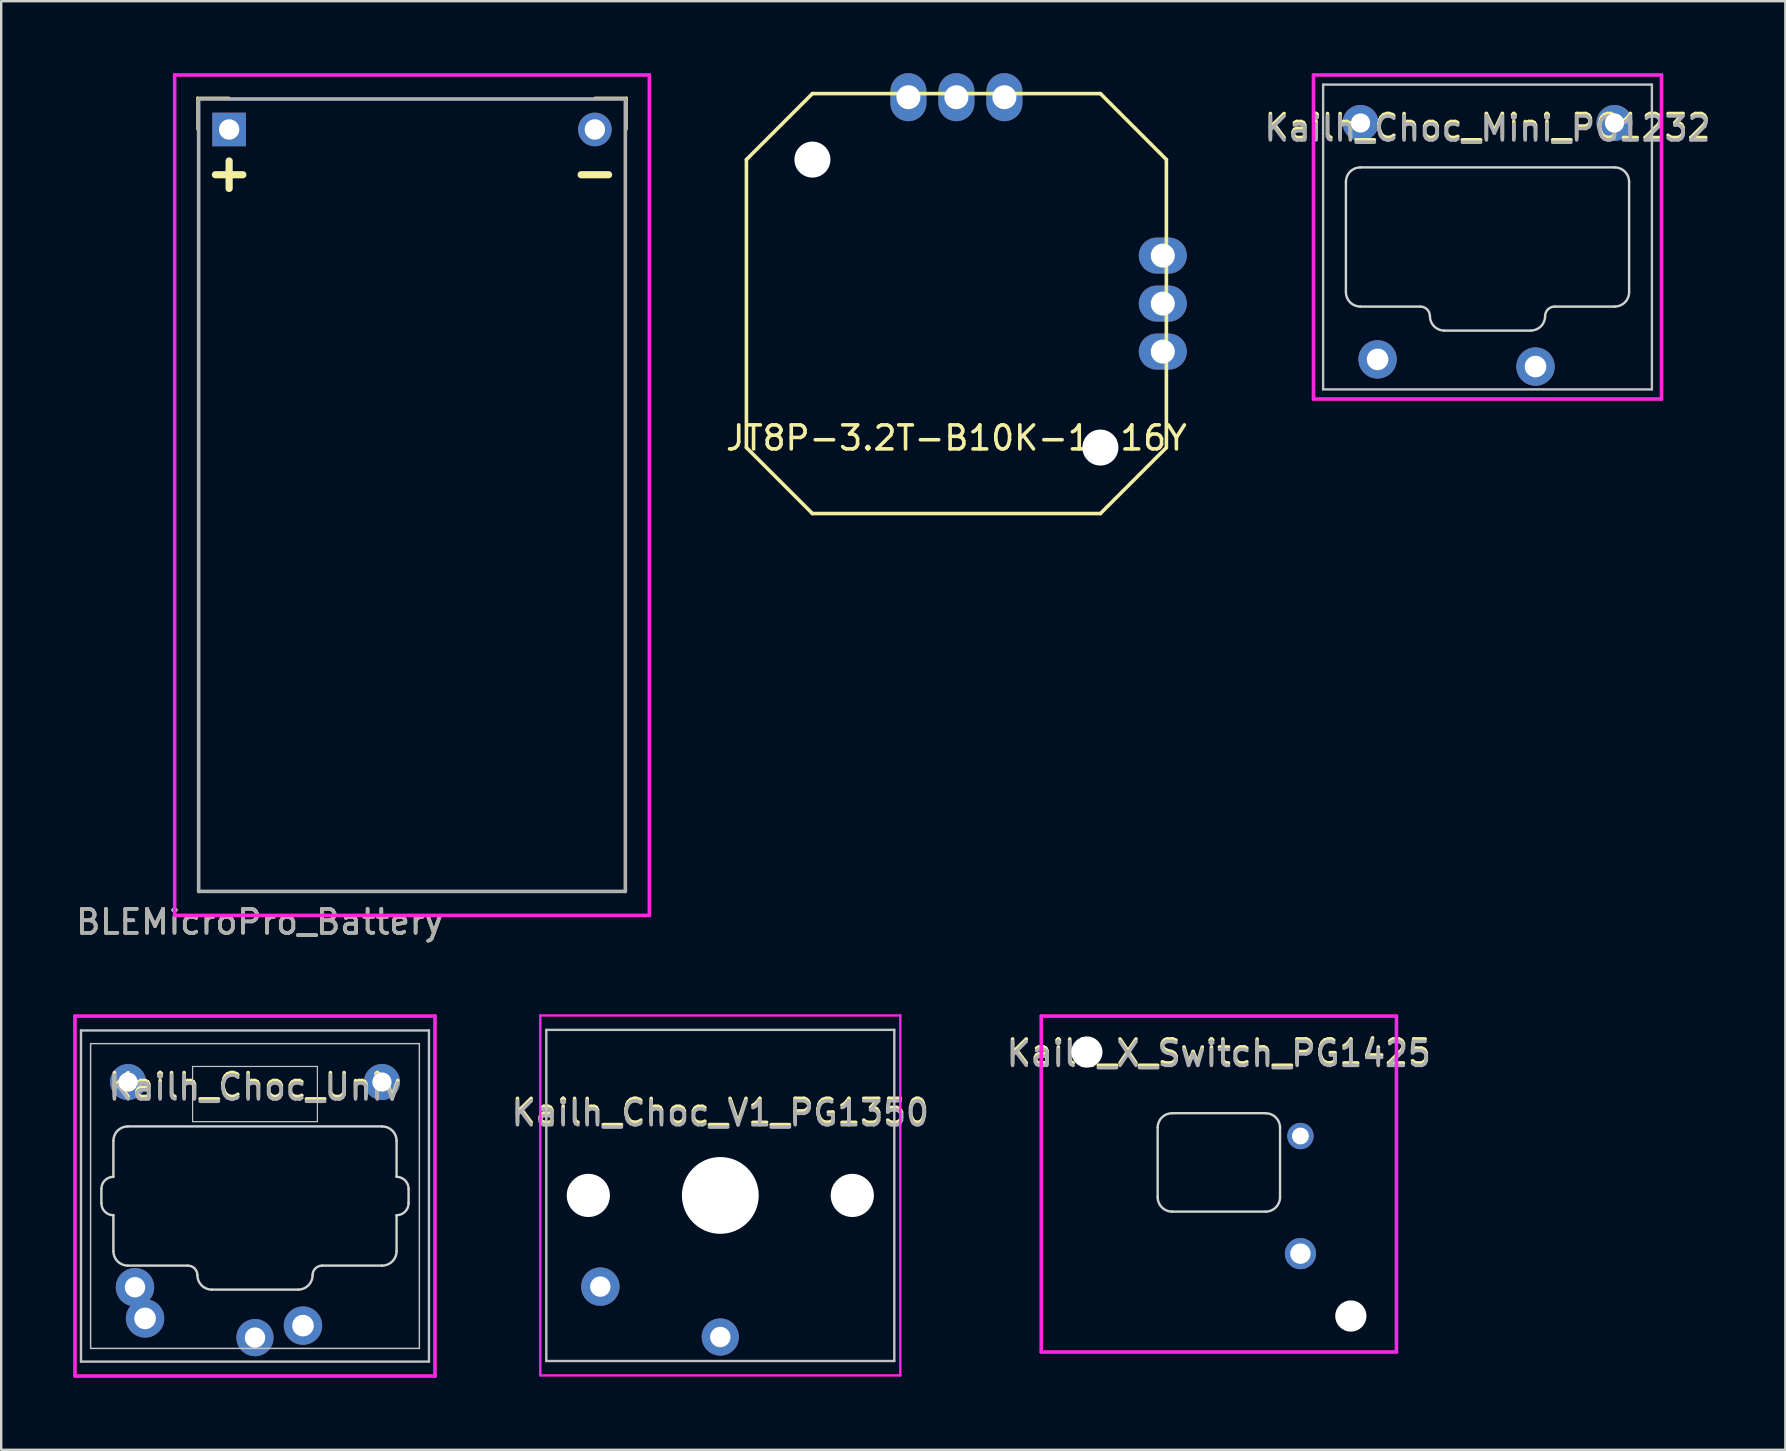
<source format=kicad_pcb>
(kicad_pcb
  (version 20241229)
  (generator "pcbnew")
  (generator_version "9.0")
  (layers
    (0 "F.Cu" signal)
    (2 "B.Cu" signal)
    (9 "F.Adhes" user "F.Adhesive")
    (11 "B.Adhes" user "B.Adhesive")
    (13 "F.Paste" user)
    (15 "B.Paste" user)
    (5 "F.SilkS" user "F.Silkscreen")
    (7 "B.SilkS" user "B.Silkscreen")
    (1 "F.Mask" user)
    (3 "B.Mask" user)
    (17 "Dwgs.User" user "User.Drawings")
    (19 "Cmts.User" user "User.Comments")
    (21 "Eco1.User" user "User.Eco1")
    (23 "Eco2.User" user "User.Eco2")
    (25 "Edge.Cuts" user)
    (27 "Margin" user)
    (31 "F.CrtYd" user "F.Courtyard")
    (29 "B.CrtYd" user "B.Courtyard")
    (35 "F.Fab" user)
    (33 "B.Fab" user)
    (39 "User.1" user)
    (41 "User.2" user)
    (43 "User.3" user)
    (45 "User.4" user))
  (footprint "Kailh_Choc_V1_PG1350"
    (layer "F.Cu")
    (at 26.965 46.763)
    (property "Reference" "Kailh_Choc_V1_PG1350" (at 0 -3.5 0) (layer "F.SilkS") (effects (font (size 1 1) (thickness 0.15))))
    (attr through_hole)
    (fp_line (start -7.25 -6.9) (end -7.25 6.9) (stroke (width 0.1) (type solid)) (layer "Dwgs.User"))
    (fp_line (start -7.25 6.9) (end 7.25 6.9) (stroke (width 0.1) (type solid)) (layer "Dwgs.User"))
    (fp_line (start 7.25 -6.9) (end -7.25 -6.9) (stroke (width 0.1) (type solid)) (layer "Dwgs.User"))
    (fp_line (start 7.25 6.9) (end 7.25 -6.9) (stroke (width 0.1) (type solid)) (layer "Dwgs.User"))
    (fp_line (start -7.5 -7.5) (end -7.5 7.5) (stroke (width 0.1) (type solid)) (layer "F.CrtYd"))
    (fp_line (start -7.5 7.5) (end 7.5 7.5) (stroke (width 0.1) (type solid)) (layer "F.CrtYd"))
    (fp_line (start 7.5 -7.5) (end -7.5 -7.5) (stroke (width 0.1) (type solid)) (layer "F.CrtYd"))
    (fp_line (start 7.5 7.5) (end 7.5 -7.5) (stroke (width 0.1) (type solid)) (layer "F.CrtYd"))
    (fp_text user "${REFERENCE}" (at 0 -3.4 0) (layer "F.Fab") (effects (font (size 1 1) (thickness 0.15))))
    (pad "" np_thru_hole circle (at -5.5 0) (size 1.8 1.8) (drill 1.8) (layers "*.Cu" "*.Mask"))
    (pad "" np_thru_hole circle (at 0 0) (size 3.2 3.2) (drill 3.2) (layers "*.Cu" "*.Mask"))
    (pad "" np_thru_hole circle (at 5.5 0) (size 1.8 1.8) (drill 1.8) (layers "*.Cu" "*.Mask"))
    (pad "1" thru_hole circle (at 0 5.9) (size 1.55 1.55) (drill 0.85) (layers "*.Cu" "*.Mask"))
    (pad "2" thru_hole circle (at -5 3.8) (size 1.6 1.6) (drill 0.85) (layers "*.Cu" "*.Mask")))
  (footprint "Kailh_Choc_Univ"
    (layer "F.Cu")
    (at 7.575 46.788)
    (property "Reference" "Kailh_Choc_Univ" (at 0 -4.6 0) (layer "F.SilkS") (effects (font (size 1 1) (thickness 0.15))))
    (attr through_hole)
    (fp_line (start -7.25 -6.9) (end -7.25 6.9) (stroke (width 0.1) (type solid)) (layer "Dwgs.User"))
    (fp_line (start -7.25 6.9) (end 7.25 6.9) (stroke (width 0.1) (type solid)) (layer "Dwgs.User"))
    (fp_line (start -6.85 -6.35) (end -6.85 6.35) (stroke (width 0.06) (type solid)) (layer "Dwgs.User"))
    (fp_line (start -6.85 6.35) (end 6.85 6.35) (stroke (width 0.06) (type solid)) (layer "Dwgs.User"))
    (fp_line (start -2.6 -5.4) (end -2.6 -3.1) (stroke (width 0.05) (type solid)) (layer "Dwgs.User"))
    (fp_line (start -2.6 -3.1) (end 2.6 -3.1) (stroke (width 0.05) (type solid)) (layer "Dwgs.User"))
    (fp_line (start 2.6 -5.4) (end -2.6 -5.4) (stroke (width 0.05) (type solid)) (layer "Dwgs.User"))
    (fp_line (start 2.6 -3.1) (end 2.6 -5.4) (stroke (width 0.05) (type solid)) (layer "Dwgs.User"))
    (fp_line (start 6.85 -6.35) (end -6.85 -6.35) (stroke (width 0.06) (type solid)) (layer "Dwgs.User"))
    (fp_line (start 6.85 6.35) (end 6.85 -6.35) (stroke (width 0.06) (type solid)) (layer "Dwgs.User"))
    (fp_line (start 7.25 -6.9) (end -7.25 -6.9) (stroke (width 0.1) (type solid)) (layer "Dwgs.User"))
    (fp_line (start 7.25 6.9) (end 7.25 -6.9) (stroke (width 0.1) (type solid)) (layer "Dwgs.User"))
    (fp_line (start -6.4 -0.3) (end -6.4 0.3) (stroke (width 0.1) (type solid)) (layer "Edge.Cuts"))
    (fp_line (start -5.9 -2.3) (end -5.9 -0.8) (stroke (width 0.1) (type solid)) (layer "Edge.Cuts"))
    (fp_line (start -5.9 0.8) (end -5.9 2.3) (stroke (width 0.1) (type solid)) (layer "Edge.Cuts"))
    (fp_line (start -5.3 2.9) (end -2.8 2.9) (stroke (width 0.1) (type solid)) (layer "Edge.Cuts"))
    (fp_line (start -1.8 3.9) (end 1.8 3.9) (stroke (width 0.1) (type solid)) (layer "Edge.Cuts"))
    (fp_line (start 2.8 2.9) (end 5.3 2.9) (stroke (width 0.1) (type solid)) (layer "Edge.Cuts"))
    (fp_line (start 5.3 -2.9) (end -5.3 -2.9) (stroke (width 0.1) (type solid)) (layer "Edge.Cuts"))
    (fp_line (start 5.9 -0.8) (end 5.9 -2.3) (stroke (width 0.1) (type solid)) (layer "Edge.Cuts"))
    (fp_line (start 5.9 2.3) (end 5.9 0.8) (stroke (width 0.1) (type solid)) (layer "Edge.Cuts"))
    (fp_line (start 6.4 0.3) (end 6.4 -0.3) (stroke (width 0.1) (type solid)) (layer "Edge.Cuts"))
    (fp_arc (start -6.4 -0.3) (mid -6.253553 -0.653553) (end -5.9 -0.8) (stroke (width 0.1) (type solid)) (layer "Edge.Cuts"))
    (fp_arc (start -5.9 -2.3) (mid -5.724264 -2.724264) (end -5.3 -2.9) (stroke (width 0.1) (type solid)) (layer "Edge.Cuts"))
    (fp_arc (start -5.9 0.8) (mid -6.253553 0.653553) (end -6.4 0.3) (stroke (width 0.1) (type solid)) (layer "Edge.Cuts"))
    (fp_arc (start -5.3 2.9) (mid -5.724264 2.724264) (end -5.9 2.3) (stroke (width 0.1) (type solid)) (layer "Edge.Cuts"))
    (fp_arc (start -2.8 2.9) (mid -2.517157 3.017157) (end -2.4 3.3) (stroke (width 0.1) (type solid)) (layer "Edge.Cuts"))
    (fp_arc (start -1.8 3.9) (mid -2.224264 3.724264) (end -2.4 3.3) (stroke (width 0.1) (type solid)) (layer "Edge.Cuts"))
    (fp_arc (start 2.4 3.3) (mid 2.224264 3.724264) (end 1.8 3.9) (stroke (width 0.1) (type solid)) (layer "Edge.Cuts"))
    (fp_arc (start 2.4 3.3) (mid 2.517157 3.017157) (end 2.8 2.9) (stroke (width 0.1) (type solid)) (layer "Edge.Cuts"))
    (fp_arc (start 5.3 -2.9) (mid 5.724264 -2.724264) (end 5.9 -2.3) (stroke (width 0.1) (type solid)) (layer "Edge.Cuts"))
    (fp_arc (start 5.9 -0.8) (mid 6.253553 -0.653553) (end 6.4 -0.3) (stroke (width 0.1) (type solid)) (layer "Edge.Cuts"))
    (fp_arc (start 5.9 2.3) (mid 5.724264 2.724264) (end 5.3 2.9) (stroke (width 0.1) (type solid)) (layer "Edge.Cuts"))
    (fp_arc (start 6.4 0.3) (mid 6.253553 0.653553) (end 5.9 0.8) (stroke (width 0.1) (type solid)) (layer "Edge.Cuts"))
    (fp_line (start -7.5 -7.5) (end -7.5 7.5) (stroke (width 0.15) (type solid)) (layer "F.CrtYd"))
    (fp_line (start -7.5 7.5) (end 7.5 7.5) (stroke (width 0.15) (type solid)) (layer "F.CrtYd"))
    (fp_line (start 7.5 -7.5) (end -7.5 -7.5) (stroke (width 0.15) (type solid)) (layer "F.CrtYd"))
    (fp_line (start 7.5 7.5) (end 7.5 -7.5) (stroke (width 0.15) (type solid)) (layer "F.CrtYd"))
    (fp_text user "${REFERENCE}" (at 0 -4.5 0) (layer "F.Fab") (effects (font (size 1 1) (thickness 0.15))))
    (pad "" thru_hole circle (at -5.29 -4.75) (size 1.5 1.5) (drill 0.8) (layers "*.Cu" "*.Mask"))
    (pad "" thru_hole circle (at 5.29 -4.75) (size 1.5 1.5) (drill 0.8) (layers "*.Cu" "*.Mask"))
    (pad "1" thru_hole circle (at -5 3.8) (size 1.6 1.6) (drill 0.85) (layers "*.Cu" "*.Mask"))
    (pad "1" thru_hole circle (at -4.58 5.1) (size 1.6 1.6) (drill 0.9) (layers "*.Cu" "*.Mask"))
    (pad "2" thru_hole circle (at 0 5.9) (size 1.55 1.55) (drill 0.85) (layers "*.Cu" "*.Mask"))
    (pad "2" thru_hole circle (at 2 5.4) (size 1.6 1.6) (drill 0.9) (layers "*.Cu" "*.Mask")))
  (footprint "Kailh_Choc_Mini_PG1232"
    (layer "F.Cu")
    (at 58.934 6.825)
    (property "Reference" "Kailh_Choc_Mini_PG1232" (at 0 -4.6 0) (layer "F.SilkS") (effects (font (size 1 1) (thickness 0.15))))
    (attr through_hole)
    (fp_line (start -6.85 -6.35) (end -6.85 6.35) (stroke (width 0.1) (type solid)) (layer "Dwgs.User"))
    (fp_line (start -6.85 6.35) (end 6.85 6.35) (stroke (width 0.1) (type solid)) (layer "Dwgs.User"))
    (fp_line (start 6.85 -6.35) (end -6.85 -6.35) (stroke (width 0.1) (type solid)) (layer "Dwgs.User"))
    (fp_line (start 6.85 6.35) (end 6.85 -6.35) (stroke (width 0.1) (type solid)) (layer "Dwgs.User"))
    (fp_line (start -5.9 -2.3) (end -5.9 2.3) (stroke (width 0.1) (type solid)) (layer "Edge.Cuts"))
    (fp_line (start -5.3 2.9) (end -2.8 2.9) (stroke (width 0.1) (type solid)) (layer "Edge.Cuts"))
    (fp_line (start -1.8 3.9) (end 1.8 3.9) (stroke (width 0.1) (type solid)) (layer "Edge.Cuts"))
    (fp_line (start 2.8 2.9) (end 5.3 2.9) (stroke (width 0.1) (type solid)) (layer "Edge.Cuts"))
    (fp_line (start 5.3 -2.9) (end -5.3 -2.9) (stroke (width 0.1) (type solid)) (layer "Edge.Cuts"))
    (fp_line (start 5.9 2.3) (end 5.9 -2.3) (stroke (width 0.1) (type solid)) (layer "Edge.Cuts"))
    (fp_arc (start -5.9 -2.3) (mid -5.724264 -2.724264) (end -5.3 -2.9) (stroke (width 0.1) (type solid)) (layer "Edge.Cuts"))
    (fp_arc (start -5.3 2.9) (mid -5.724264 2.724264) (end -5.9 2.3) (stroke (width 0.1) (type solid)) (layer "Edge.Cuts"))
    (fp_arc (start -2.8 2.9) (mid -2.517157 3.017157) (end -2.4 3.3) (stroke (width 0.1) (type solid)) (layer "Edge.Cuts"))
    (fp_arc (start -1.8 3.9) (mid -2.224264 3.724264) (end -2.4 3.3) (stroke (width 0.1) (type solid)) (layer "Edge.Cuts"))
    (fp_arc (start 2.4 3.3) (mid 2.224264 3.724264) (end 1.8 3.9) (stroke (width 0.1) (type solid)) (layer "Edge.Cuts"))
    (fp_arc (start 2.4 3.3) (mid 2.517157 3.017157) (end 2.8 2.9) (stroke (width 0.1) (type solid)) (layer "Edge.Cuts"))
    (fp_arc (start 5.3 -2.9) (mid 5.724264 -2.724264) (end 5.9 -2.3) (stroke (width 0.1) (type solid)) (layer "Edge.Cuts"))
    (fp_arc (start 5.9 2.3) (mid 5.724264 2.724264) (end 5.3 2.9) (stroke (width 0.1) (type solid)) (layer "Edge.Cuts"))
    (fp_line (start -7.25 -6.75) (end -7.25 6.75) (stroke (width 0.15) (type solid)) (layer "F.CrtYd"))
    (fp_line (start -7.25 6.75) (end 7.25 6.75) (stroke (width 0.15) (type solid)) (layer "F.CrtYd"))
    (fp_line (start 7.25 -6.75) (end -7.25 -6.75) (stroke (width 0.15) (type solid)) (layer "F.CrtYd"))
    (fp_line (start 7.25 6.75) (end 7.25 -6.75) (stroke (width 0.15) (type solid)) (layer "F.CrtYd"))
    (fp_text user "${REFERENCE}" (at 0 -4.5 0) (layer "F.Fab") (effects (font (size 1 1) (thickness 0.15))))
    (pad "" thru_hole circle (at -5.29 -4.75) (size 1.5 1.5) (drill 0.8) (layers "*.Cu" "*.Mask"))
    (pad "" thru_hole circle (at 5.29 -4.75) (size 1.5 1.5) (drill 0.8) (layers "*.Cu" "*.Mask"))
    (pad "1" thru_hole circle (at -4.58 5.1) (size 1.6 1.6) (drill 0.9) (layers "*.Cu" "*.Mask"))
    (pad "2" thru_hole circle (at 2 5.4) (size 1.6 1.6) (drill 0.9) (layers "*.Cu" "*.Mask")))
  (footprint "BLEMicroPro_Battery"
    (layer "F.Cu")
    (at 6.498 2.345)
    (property "Reference" "BLEMicroPro_Battery" (at 1.27 33.02 0) (layer "F.SilkS") (effects (font (size 1 1) (thickness 0.15))))
    (attr through_hole)
    (fp_line (start -1.32 -1.32) (end 0 -1.32) (stroke (width 0.1) (type solid)) (layer "F.SilkS"))
    (fp_line (start -1.32 0) (end -1.32 -1.32) (stroke (width 0.1) (type solid)) (layer "F.SilkS"))
    (fp_line (start 15.24 -1.32) (end 16.56 -1.32) (stroke (width 0.1) (type solid)) (layer "F.SilkS"))
    (fp_line (start 16.56 -1.32) (end 16.56 0) (stroke (width 0.1) (type solid)) (layer "F.SilkS"))
    (fp_line (start -2.27 -2.27) (end 17.51 -2.27) (stroke (width 0.15) (type solid)) (layer "F.CrtYd"))
    (fp_line (start -2.27 32.75) (end -2.27 -2.27) (stroke (width 0.15) (type solid)) (layer "F.CrtYd"))
    (fp_line (start 17.51 -2.27) (end 17.51 32.75) (stroke (width 0.15) (type solid)) (layer "F.CrtYd"))
    (fp_line (start 17.51 32.75) (end -2.27 32.75) (stroke (width 0.15) (type solid)) (layer "F.CrtYd"))
    (fp_line (start -1.27 -1.27) (end 16.51 -1.27) (stroke (width 0.15) (type solid)) (layer "F.Fab"))
    (fp_line (start -1.27 31.75) (end -1.27 -1.27) (stroke (width 0.15) (type solid)) (layer "F.Fab"))
    (fp_line (start 16.51 -1.27) (end 16.51 31.75) (stroke (width 0.15) (type solid)) (layer "F.Fab"))
    (fp_line (start 16.51 31.75) (end -1.27 31.75) (stroke (width 0.15) (type solid)) (layer "F.Fab"))
    (fp_text user "+" (at 0 1.778 0) (layer "F.SilkS") (effects (font (size 1.5 1.5) (thickness 0.3)) (justify mirror)))
    (fp_text user "-" (at 15.24 1.778 0) (layer "F.SilkS") (effects (font (size 1.5 1.5) (thickness 0.3)) (justify mirror)))
    (fp_text user "${REFERENCE}" (at 1.27 33.02 0) (layer "F.Fab") (effects (font (size 1 1) (thickness 0.15))))
    (pad "1" thru_hole rect (at 0 0) (size 1.4 1.4) (drill 0.85) (layers "*.Cu" "*.Mask"))
    (pad "2" thru_hole circle (at 15.24 0) (size 1.4 1.4) (drill 0.85) (layers "*.Cu" "*.Mask")))
  (footprint "Kailh_X_Switch_PG1425"
    (layer "F.Cu")
    (at 47.739 46.288)
    (property "Reference" "Kailh_X_Switch_PG1425" (at 0 -5.5 0) (layer "F.SilkS") (effects (font (size 1 1) (thickness 0.15))))
    (attr through_hole)
    (fp_line (start -2.55 -2.35) (end -2.55 0.55) (stroke (width 0.1) (type solid)) (layer "Edge.Cuts"))
    (fp_line (start -1.95 1.15) (end 1.95 1.15) (stroke (width 0.1) (type solid)) (layer "Edge.Cuts"))
    (fp_line (start 1.95 -2.95) (end -1.95 -2.95) (stroke (width 0.1) (type solid)) (layer "Edge.Cuts"))
    (fp_line (start 2.55 0.55) (end 2.55 -2.35) (stroke (width 0.1) (type solid)) (layer "Edge.Cuts"))
    (fp_arc (start -2.55 -2.35) (mid -2.374264 -2.774264) (end -1.95 -2.95) (stroke (width 0.1) (type solid)) (layer "Edge.Cuts"))
    (fp_arc (start -1.95 1.15) (mid -2.374264 0.974264) (end -2.55 0.55) (stroke (width 0.1) (type solid)) (layer "Edge.Cuts"))
    (fp_arc (start 1.95 -2.95) (mid 2.374264 -2.774264) (end 2.55 -2.35) (stroke (width 0.1) (type solid)) (layer "Edge.Cuts"))
    (fp_arc (start 2.55 0.55) (mid 2.374264 0.974264) (end 1.95 1.15) (stroke (width 0.1) (type solid)) (layer "Edge.Cuts"))
    (fp_line (start -7.4 -7) (end -7.4 7) (stroke (width 0.15) (type solid)) (layer "F.CrtYd"))
    (fp_line (start -7.4 7) (end 7.4 7) (stroke (width 0.15) (type solid)) (layer "F.CrtYd"))
    (fp_line (start 7.4 -7) (end -7.4 -7) (stroke (width 0.15) (type solid)) (layer "F.CrtYd"))
    (fp_line (start 7.4 7) (end 7.4 -7) (stroke (width 0.15) (type solid)) (layer "F.CrtYd"))
    (fp_text user "${REFERENCE}" (at 0 -5.4 0) (layer "F.Fab") (effects (font (size 1 1) (thickness 0.15))))
    (pad "" np_thru_hole circle (at -5.5 -5.5) (size 1.3 1.3) (drill 1.3) (layers "*.Cu" "*.Mask"))
    (pad "" np_thru_hole circle (at 5.5 5.5) (size 1.3 1.3) (drill 1.3) (layers "*.Cu" "*.Mask"))
    (pad "1" thru_hole circle (at 3.4 2.9) (size 1.3 1.3) (drill 0.85) (layers "*.Cu" "*.Mask"))
    (pad "2" thru_hole circle (at 3.4 -2) (size 1.1 1.1) (drill 0.7) (layers "*.Cu" "*.Mask")))
  (footprint "JT8P-3.2T-B10K-1-16Y"
    (layer "F.Cu")
    (at 36.803 9.6)
    (property "Reference" "JT8P-3.2T-B10K-1-16Y" (at 0 5.6 0) (layer "F.SilkS") (effects (font (size 1 1) (thickness 0.15))))
    (attr through_hole)
    (fp_line (start -8.75 -6) (end -8.75 6) (stroke (width 0.15) (type solid)) (layer "F.SilkS"))
    (fp_line (start -8.75 6) (end -6 8.75) (stroke (width 0.15) (type solid)) (layer "F.SilkS"))
    (fp_line (start -6 -8.75) (end -8.75 -6) (stroke (width 0.15) (type solid)) (layer "F.SilkS"))
    (fp_line (start -6 8.75) (end 6 8.75) (stroke (width 0.15) (type solid)) (layer "F.SilkS"))
    (fp_line (start 6 -8.75) (end -6 -8.75) (stroke (width 0.15) (type solid)) (layer "F.SilkS"))
    (fp_line (start 6 8.75) (end 8.75 6) (stroke (width 0.15) (type solid)) (layer "F.SilkS"))
    (fp_line (start 8.75 -6) (end 6 -8.75) (stroke (width 0.15) (type solid)) (layer "F.SilkS"))
    (fp_line (start 8.75 6) (end 8.75 -6) (stroke (width 0.15) (type solid)) (layer "F.SilkS"))
    (pad "" np_thru_hole circle (at -6 -6) (size 1.5 1.5) (drill 1.5) (layers "*.Cu" "*.Mask"))
    (pad "" np_thru_hole circle (at 6 6) (size 1.5 1.5) (drill 1.5) (layers "*.Cu" "*.Mask"))
    (pad "x1" thru_hole oval (at 8.6 2) (size 2 1.5) (drill 1) (layers "*.Cu" "*.Mask"))
    (pad "x2" thru_hole oval (at 8.6 0) (size 2 1.5) (drill 1) (layers "*.Cu" "*.Mask"))
    (pad "x3" thru_hole oval (at 8.6 -2) (size 2 1.5) (drill 1) (layers "*.Cu" "*.Mask"))
    (pad "y1" thru_hole oval (at 2 -8.6) (size 1.5 2) (drill 1) (layers "*.Cu" "*.Mask"))
    (pad "y2" thru_hole oval (at 0 -8.6) (size 1.5 2) (drill 1) (layers "*.Cu" "*.Mask"))
    (pad "y3" thru_hole oval (at -2 -8.6) (size 1.5 2) (drill 1) (layers "*.Cu" "*.Mask")))
  (gr_rect
    (start -3 -3)
    (end 71.345 57.363)
    (stroke (width 0.1) (type default))
    (fill no)
    (layer "Edge.Cuts")))
</source>
